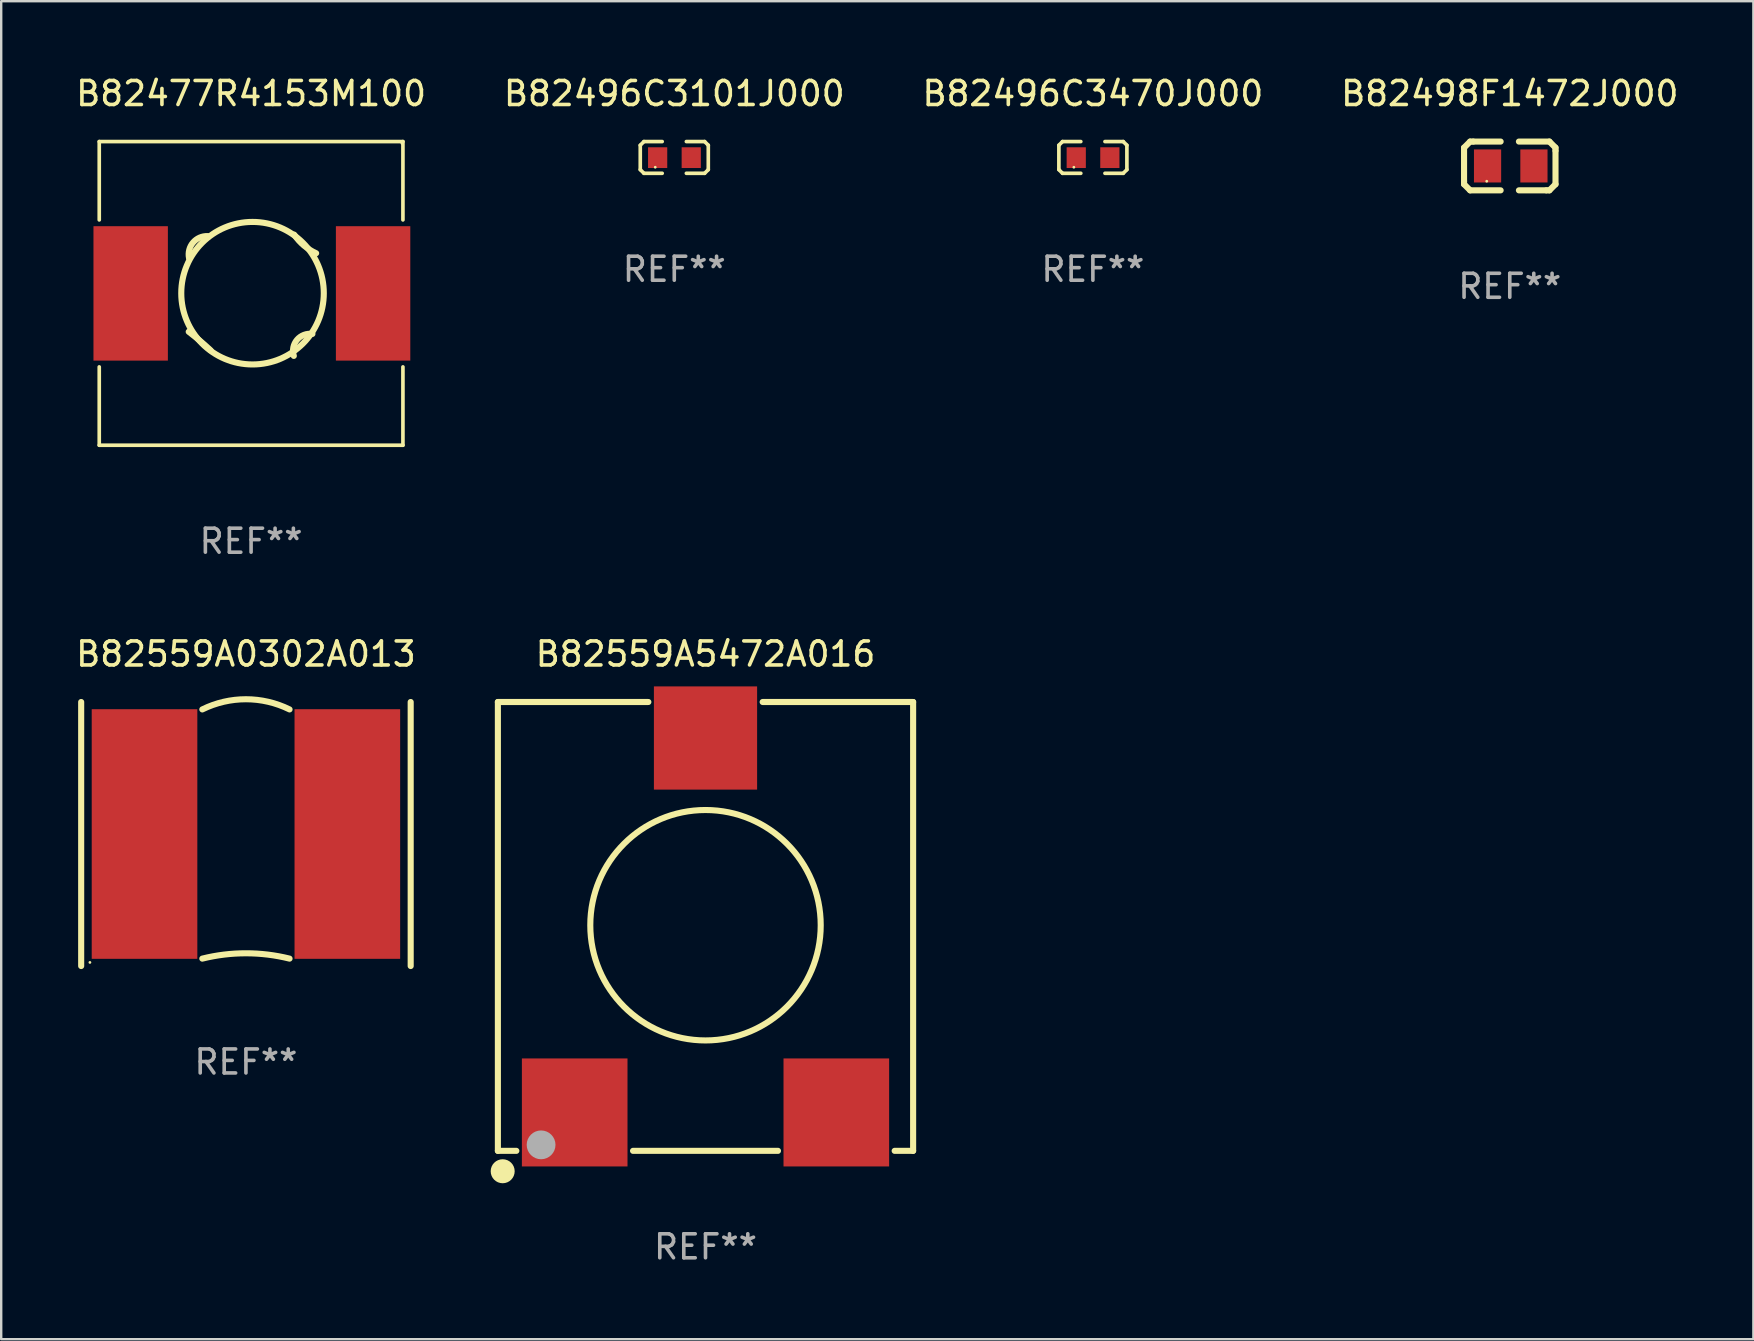
<source format=kicad_pcb>
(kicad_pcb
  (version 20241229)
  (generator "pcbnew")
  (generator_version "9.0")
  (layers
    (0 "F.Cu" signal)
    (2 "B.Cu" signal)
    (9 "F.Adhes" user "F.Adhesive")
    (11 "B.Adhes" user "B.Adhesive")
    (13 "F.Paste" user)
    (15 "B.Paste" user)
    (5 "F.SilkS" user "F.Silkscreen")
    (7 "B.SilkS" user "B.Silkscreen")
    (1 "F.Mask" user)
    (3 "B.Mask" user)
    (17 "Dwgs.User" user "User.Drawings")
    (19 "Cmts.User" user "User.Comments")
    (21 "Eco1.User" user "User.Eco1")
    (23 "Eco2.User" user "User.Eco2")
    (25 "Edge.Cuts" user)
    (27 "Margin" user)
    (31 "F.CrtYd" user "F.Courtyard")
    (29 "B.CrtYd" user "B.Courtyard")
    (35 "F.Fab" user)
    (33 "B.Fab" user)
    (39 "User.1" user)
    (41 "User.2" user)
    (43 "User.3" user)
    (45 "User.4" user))
  (footprint "B82498F1472J000"
    (layer "F.Cu")
    (at 59.851 3.864)
    (property "Reference" "B82498F1472J000" (at 0 -3.016 0) (layer "F.SilkS") (effects (font (size 1 1) (thickness 0.15))))
    (attr through_hole)
    (fp_line (start -1.905 -0.762) (end -1.905 0.635) (stroke (width 0.254) (type solid)) (layer "F.SilkS"))
    (fp_line (start -1.905 0.635) (end -1.905 0.762) (stroke (width 0.254) (type solid)) (layer "F.SilkS"))
    (fp_line (start -1.905 0.762) (end -1.651 1.016) (stroke (width 0.254) (type solid)) (layer "F.SilkS"))
    (fp_line (start -1.651 -1.016) (end -1.905 -0.762) (stroke (width 0.254) (type solid)) (layer "F.SilkS"))
    (fp_line (start -1.651 1.016) (end -0.381 1.016) (stroke (width 0.254) (type solid)) (layer "F.SilkS"))
    (fp_line (start -1.524 -1.016) (end -1.651 -1.016) (stroke (width 0.254) (type solid)) (layer "F.SilkS"))
    (fp_line (start -0.381 -1.016) (end -1.524 -1.016) (stroke (width 0.254) (type solid)) (layer "F.SilkS"))
    (fp_line (start 0.381 1.016) (end 1.524 1.016) (stroke (width 0.254) (type solid)) (layer "F.SilkS"))
    (fp_line (start 1.524 1.016) (end 1.651 1.016) (stroke (width 0.254) (type solid)) (layer "F.SilkS"))
    (fp_line (start 1.651 -1.016) (end 0.381 -1.016) (stroke (width 0.254) (type solid)) (layer "F.SilkS"))
    (fp_line (start 1.651 1.016) (end 1.905 0.762) (stroke (width 0.254) (type solid)) (layer "F.SilkS"))
    (fp_line (start 1.905 -0.762) (end 1.651 -1.016) (stroke (width 0.254) (type solid)) (layer "F.SilkS"))
    (fp_line (start 1.905 -0.635) (end 1.905 -0.762) (stroke (width 0.254) (type solid)) (layer "F.SilkS"))
    (fp_line (start 1.905 0.762) (end 1.905 -0.635) (stroke (width 0.254) (type solid)) (layer "F.SilkS"))
    (fp_circle (center -0.96 0.637) (end -0.93 0.637) (stroke (width 0.06) (type solid)) (fill no) (layer "F.SilkS"))
    (fp_text user "REF**" (at 0 5.016 0) (layer "F.Fab") (effects (font (size 1 1) (thickness 0.15))))
    (pad "1" smd rect (at -0.926 -0.000051) (size 1.133 1.377) (layers "F.Cu" "F.Mask" "F.Paste"))
    (pad "2" smd rect (at 1.006 -0.000051) (size 1.133 1.377) (layers "F.Cu" "F.Mask" "F.Paste")))
  (footprint "B82477R4153M100"
    (layer "F.Cu")
    (at 7.411 9.174)
    (property "Reference" "B82477R4153M100" (at 0 -8.326 0) (layer "F.SilkS") (effects (font (size 1 1) (thickness 0.15))))
    (attr through_hole)
    (fp_line (start -6.326 -6.326) (end 6.326 -6.326) (stroke (width 0.152) (type solid)) (layer "F.SilkS"))
    (fp_line (start -6.326 -3.062) (end -6.326 -6.326) (stroke (width 0.152) (type solid)) (layer "F.SilkS"))
    (fp_line (start -6.326 3.062) (end -6.326 6.326) (stroke (width 0.152) (type solid)) (layer "F.SilkS"))
    (fp_line (start -6.326 6.326) (end 6.326 6.326) (stroke (width 0.152) (type solid)) (layer "F.SilkS"))
    (fp_line (start 6.326 -6.326) (end 6.326 -3.062) (stroke (width 0.152) (type solid)) (layer "F.SilkS"))
    (fp_line (start 6.326 6.326) (end 6.326 3.062) (stroke (width 0.152) (type solid)) (layer "F.SilkS"))
    (fp_arc (start -2.59859 1.597244) (mid -2.132024 1.973542) (end -1.684188 2.371946) (stroke (width 0.254001) (type solid)) (layer "F.SilkS"))
    (fp_arc (start -2.585941 -1.473265) (mid -2.419671 -2.117771) (end -1.81124 -2.387668) (stroke (width 0.254001) (type solid)) (layer "F.SilkS"))
    (fp_arc (start 1.779972 2.603416) (mid 1.914313 1.931859) (end 2.554674 1.689014) (stroke (width 0.254001) (type solid)) (layer "F.SilkS"))
    (fp_arc (start 2.709944 -1.673546) (mid 2.198671 -1.997074) (end 1.795542 -2.448247) (stroke (width 0.254001) (type solid)) (layer "F.SilkS"))
    (fp_circle (center 0.06 -0.009) (end 3.029 -0.009) (stroke (width 0.254) (type solid)) (fill no) (layer "F.SilkS"))
    (fp_circle (center 6.283 -6.25) (end 6.313 -6.25) (stroke (width 0.06) (type solid)) (fill no) (layer "F.SilkS"))
    (fp_text user "REF**" (at 0 10.326 0) (layer "F.Fab") (effects (font (size 1 1) (thickness 0.15))))
    (pad "1" smd rect (at 5.083 0.000038) (size 3.1 5.6) (layers "F.Cu" "F.Mask" "F.Paste"))
    (pad "2" smd rect (at -5.017 0.000038) (size 3.1 5.6) (layers "F.Cu" "F.Mask" "F.Paste")))
  (footprint "B82559A0302A013"
    (layer "F.Cu")
    (at 7.196 31.697)
    (property "Reference" "B82559A0302A013" (at 0 -7.5 0) (layer "F.SilkS") (effects (font (size 1 1) (thickness 0.15))))
    (attr through_hole)
    (fp_line (start -6.864 -5.5) (end -6.864 5.5) (stroke (width 0.254) (type solid)) (layer "F.SilkS"))
    (fp_line (start 6.864 -5.5) (end 6.864 5.5) (stroke (width 0.254) (type solid)) (layer "F.SilkS"))
    (fp_arc (start -1.816917 -5.191237) (mid 0.000002 -5.614998) (end 1.816916 -5.191212) (stroke (width 0.254001) (type solid)) (layer "F.SilkS"))
    (fp_arc (start -1.816916 5.191212) (mid 0.000002 4.969015) (end 1.816917 5.191238) (stroke (width 0.254001) (type solid)) (layer "F.SilkS"))
    (fp_circle (center -6.5 5.35) (end -6.47 5.35) (stroke (width 0.06) (type solid)) (fill no) (layer "F.SilkS"))
    (fp_text user "REF**" (at 0 9.5 0) (layer "F.Fab") (effects (font (size 1 1) (thickness 0.15))))
    (pad "1" smd rect (at -4.225 0) (size 4.4 10.4) (layers "F.Cu" "F.Mask" "F.Paste"))
    (pad "2" smd rect (at 4.225 0) (size 4.4 10.4) (layers "F.Cu" "F.Mask" "F.Paste")))
  (footprint "B82496C3101J000"
    (layer "F.Cu")
    (at 25.042 3.509)
    (property "Reference" "B82496C3101J000" (at 0 -2.661 0) (layer "F.SilkS") (effects (font (size 1 1) (thickness 0.15))))
    (attr through_hole)
    (fp_line (start -1.417 -0.508) (end -1.265 -0.661) (stroke (width 0.152) (type solid)) (layer "F.SilkS"))
    (fp_line (start -1.417 0.508) (end -1.417 -0.508) (stroke (width 0.152) (type solid)) (layer "F.SilkS"))
    (fp_line (start -1.265 -0.661) (end -0.503 -0.661) (stroke (width 0.152) (type solid)) (layer "F.SilkS"))
    (fp_line (start -1.265 0.661) (end -1.417 0.508) (stroke (width 0.152) (type solid)) (layer "F.SilkS"))
    (fp_line (start -1.265 0.661) (end -0.503 0.661) (stroke (width 0.152) (type solid)) (layer "F.SilkS"))
    (fp_line (start 1.265 -0.661) (end 0.503 -0.661) (stroke (width 0.152) (type solid)) (layer "F.SilkS"))
    (fp_line (start 1.265 -0.661) (end 1.417 -0.508) (stroke (width 0.152) (type solid)) (layer "F.SilkS"))
    (fp_line (start 1.265 0.661) (end 0.503 0.661) (stroke (width 0.152) (type solid)) (layer "F.SilkS"))
    (fp_line (start 1.417 -0.508) (end 1.417 0.508) (stroke (width 0.152) (type solid)) (layer "F.SilkS"))
    (fp_line (start 1.417 0.508) (end 1.265 0.661) (stroke (width 0.152) (type solid)) (layer "F.SilkS"))
    (fp_circle (center -0.793 0.409) (end -0.763 0.409) (stroke (width 0.06) (type solid)) (fill no) (layer "F.SilkS"))
    (fp_text user "REF**" (at 0 4.661 0) (layer "F.Fab") (effects (font (size 1 1) (thickness 0.15))))
    (pad "1" smd rect (at -0.693 0.009 180) (size 0.8 0.864) (layers "F.Cu" "F.Mask" "F.Paste"))
    (pad "2" smd rect (at 0.707 0.009 180) (size 0.8 0.864) (layers "F.Cu" "F.Mask" "F.Paste")))
  (footprint "B82559A5472A016"
    (layer "F.Cu")
    (at 26.343 35.547)
    (property "Reference" "B82559A5472A016" (at 0 -11.35 0) (layer "F.SilkS") (effects (font (size 1 1) (thickness 0.15))))
    (attr through_hole)
    (fp_line (start -8.65 -9.35) (end -2.381 -9.35) (stroke (width 0.254) (type solid)) (layer "F.SilkS"))
    (fp_line (start -8.65 9.35) (end -8.65 -9.35) (stroke (width 0.254) (type solid)) (layer "F.SilkS"))
    (fp_line (start -7.881 9.35) (end -8.65 9.35) (stroke (width 0.254) (type solid)) (layer "F.SilkS"))
    (fp_line (start 2.381 -9.35) (end 8.65 -9.35) (stroke (width 0.254) (type solid)) (layer "F.SilkS"))
    (fp_line (start 3.019 9.35) (end -3.019 9.35) (stroke (width 0.254) (type solid)) (layer "F.SilkS"))
    (fp_line (start 8.65 -9.35) (end 8.65 9.35) (stroke (width 0.254) (type solid)) (layer "F.SilkS"))
    (fp_line (start 8.65 9.35) (end 7.881 9.35) (stroke (width 0.254) (type solid)) (layer "F.SilkS"))
    (fp_circle (center -8.65 9.35) (end -8.62 9.35) (stroke (width 0.06) (type solid)) (fill no) (layer "F.SilkS"))
    (fp_circle (center -8.45 10.2) (end -8.2 10.2) (stroke (width 0.5) (type solid)) (fill no) (layer "F.SilkS"))
    (fp_circle (center -0.000013 -0.05) (end 4.8 -0.05) (stroke (width 0.254) (type solid)) (fill no) (layer "F.SilkS"))
    (fp_circle (center -6.85 9.1) (end -6.55 9.1) (stroke (width 0.6) (type solid)) (fill no) (layer "F.Fab"))
    (fp_text user "REF**" (at 0 13.35 0) (layer "F.Fab") (effects (font (size 1 1) (thickness 0.15))))
    (pad "1" smd rect (at -5.45 7.75) (size 4.4 4.5) (layers "F.Cu" "F.Mask" "F.Paste"))
    (pad "2" smd rect (at 5.45 7.75) (size 4.4 4.5) (layers "F.Cu" "F.Mask" "F.Paste"))
    (pad "3" smd rect (at -0.000013 -7.85) (size 4.3 4.3) (layers "F.Cu" "F.Mask" "F.Paste")))
  (footprint "B82496C3470J000"
    (layer "F.Cu")
    (at 42.482 3.509)
    (property "Reference" "B82496C3470J000" (at 0 -2.661 0) (layer "F.SilkS") (effects (font (size 1 1) (thickness 0.15))))
    (attr through_hole)
    (fp_line (start -1.417 -0.508) (end -1.265 -0.661) (stroke (width 0.152) (type solid)) (layer "F.SilkS"))
    (fp_line (start -1.417 0.508) (end -1.417 -0.508) (stroke (width 0.152) (type solid)) (layer "F.SilkS"))
    (fp_line (start -1.265 -0.661) (end -0.503 -0.661) (stroke (width 0.152) (type solid)) (layer "F.SilkS"))
    (fp_line (start -1.265 0.661) (end -1.417 0.508) (stroke (width 0.152) (type solid)) (layer "F.SilkS"))
    (fp_line (start -1.265 0.661) (end -0.503 0.661) (stroke (width 0.152) (type solid)) (layer "F.SilkS"))
    (fp_line (start 1.265 -0.661) (end 0.503 -0.661) (stroke (width 0.152) (type solid)) (layer "F.SilkS"))
    (fp_line (start 1.265 -0.661) (end 1.417 -0.508) (stroke (width 0.152) (type solid)) (layer "F.SilkS"))
    (fp_line (start 1.265 0.661) (end 0.503 0.661) (stroke (width 0.152) (type solid)) (layer "F.SilkS"))
    (fp_line (start 1.417 -0.508) (end 1.417 0.508) (stroke (width 0.152) (type solid)) (layer "F.SilkS"))
    (fp_line (start 1.417 0.508) (end 1.265 0.661) (stroke (width 0.152) (type solid)) (layer "F.SilkS"))
    (fp_circle (center -0.793 0.409) (end -0.763 0.409) (stroke (width 0.06) (type solid)) (fill no) (layer "F.SilkS"))
    (fp_text user "REF**" (at 0 4.661 0) (layer "F.Fab") (effects (font (size 1 1) (thickness 0.15))))
    (pad "1" smd rect (at -0.693 0.009 180) (size 0.8 0.864) (layers "F.Cu" "F.Mask" "F.Paste"))
    (pad "2" smd rect (at 0.707 0.009 180) (size 0.8 0.864) (layers "F.Cu" "F.Mask" "F.Paste")))
  (gr_rect
    (start -3 -3)
    (end 70 52.745)
    (stroke (width 0.1) (type default))
    (fill no)
    (layer "Edge.Cuts")))
</source>
